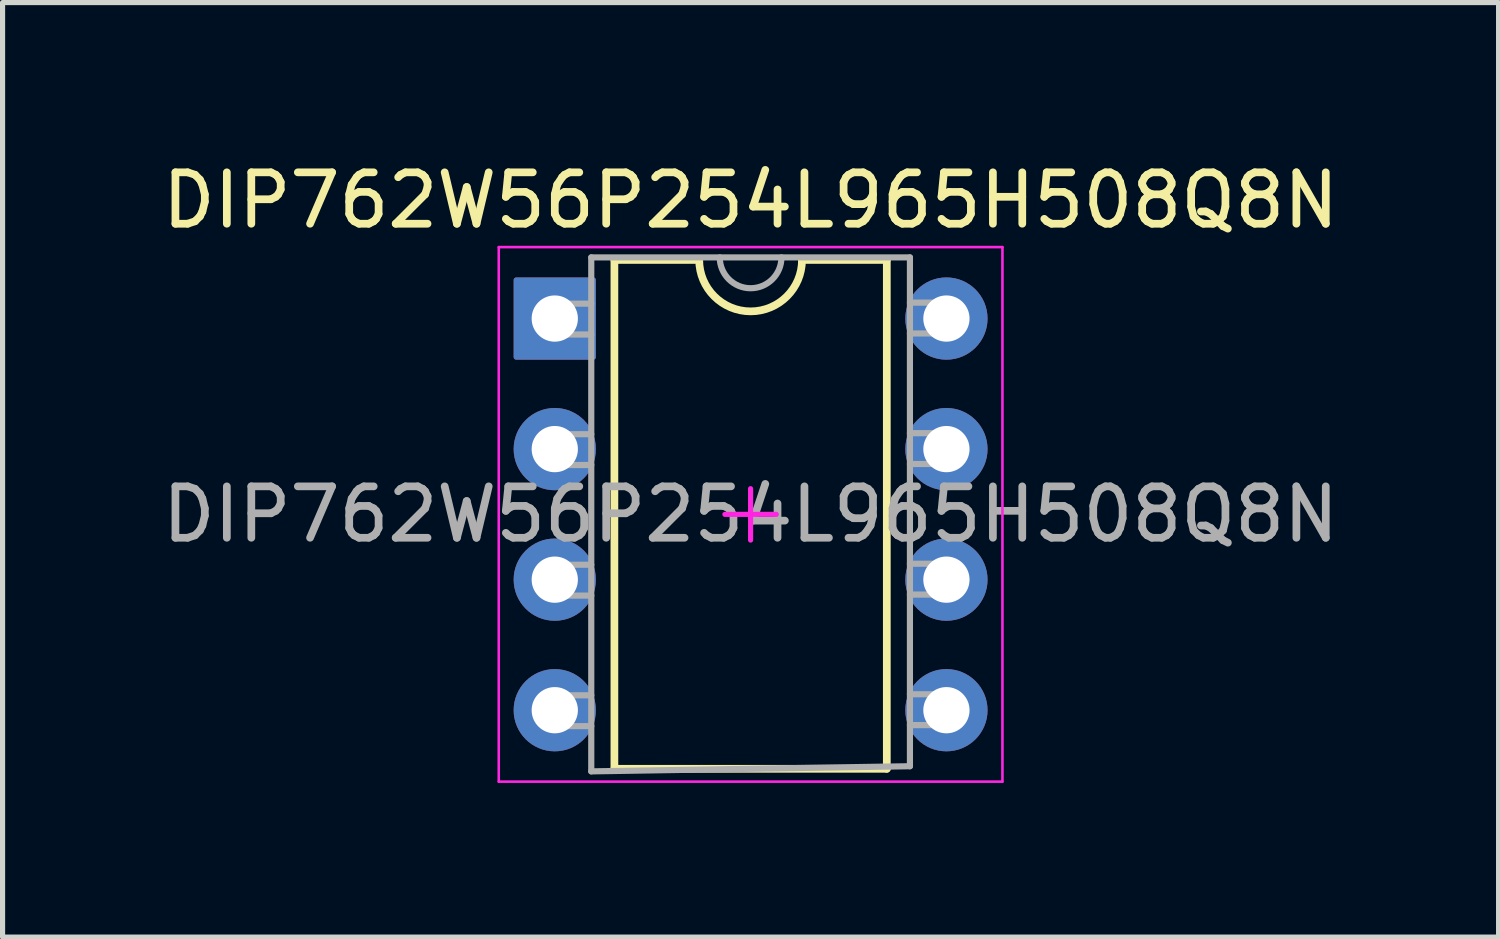
<source format=kicad_pcb>
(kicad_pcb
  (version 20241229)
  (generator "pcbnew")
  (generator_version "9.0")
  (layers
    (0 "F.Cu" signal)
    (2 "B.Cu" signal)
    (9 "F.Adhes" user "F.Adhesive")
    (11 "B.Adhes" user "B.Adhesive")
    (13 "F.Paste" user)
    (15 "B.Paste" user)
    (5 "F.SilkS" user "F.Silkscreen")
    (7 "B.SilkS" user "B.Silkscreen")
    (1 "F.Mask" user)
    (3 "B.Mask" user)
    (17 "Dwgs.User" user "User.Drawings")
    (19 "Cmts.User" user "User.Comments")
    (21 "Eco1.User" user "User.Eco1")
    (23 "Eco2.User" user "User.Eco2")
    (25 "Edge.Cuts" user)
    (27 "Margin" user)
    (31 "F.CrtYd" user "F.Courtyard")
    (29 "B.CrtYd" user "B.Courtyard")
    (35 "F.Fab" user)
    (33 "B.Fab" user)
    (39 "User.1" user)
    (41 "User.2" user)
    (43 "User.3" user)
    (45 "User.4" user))
  (footprint "DIP762W56P254L965H508Q8N"
    (layer "F.Cu")
    (at 11.554 6.958)
    (property "Reference" "DIP762W56P254L965H508Q8N" (at 0 -6.11 0) (layer "F.SilkS") (effects (font (size 1 1) (thickness 0.15))))
    (attr through_hole)
    (fp_line (start -2.65 -4.95) (end -1 -4.95) (stroke (width 0.15) (type solid)) (layer "F.SilkS"))
    (fp_line (start -2.65 4.95) (end -2.65 -4.95) (stroke (width 0.15) (type solid)) (layer "F.SilkS"))
    (fp_line (start -2.65 4.95) (end 2.65 4.95) (stroke (width 0.15) (type solid)) (layer "F.SilkS"))
    (fp_line (start 1 -4.95) (end 2.65 -4.95) (stroke (width 0.15) (type solid)) (layer "F.SilkS"))
    (fp_line (start 2.65 4.95) (end 2.65 -4.95) (stroke (width 0.15) (type solid)) (layer "F.SilkS"))
    (fp_arc (start 1 -4.95) (mid 0 -3.95) (end -1 -4.95) (stroke (width 0.15) (type solid)) (layer "F.SilkS"))
    (fp_line (start -4.9 -5.2) (end 4.9 -5.2) (stroke (width 0.05) (type solid)) (layer "F.CrtYd"))
    (fp_line (start -4.9 5.2) (end -4.9 -5.2) (stroke (width 0.05) (type solid)) (layer "F.CrtYd"))
    (fp_line (start 0 -0.5) (end 0 0.5) (stroke (width 0.1) (type solid)) (layer "F.CrtYd"))
    (fp_line (start 0.5 0) (end -0.5 0) (stroke (width 0.1) (type solid)) (layer "F.CrtYd"))
    (fp_line (start 4.9 -5.2) (end 4.9 5.2) (stroke (width 0.05) (type solid)) (layer "F.CrtYd"))
    (fp_line (start 4.9 5.2) (end -4.9 5.2) (stroke (width 0.05) (type solid)) (layer "F.CrtYd"))
    (fp_line (start -4 -4.1) (end -4 -3.5) (stroke (width 0.12) (type solid)) (layer "F.Fab"))
    (fp_line (start -4 -3.5) (end -3.1 -3.5) (stroke (width 0.12) (type solid)) (layer "F.Fab"))
    (fp_line (start -4 -1.56) (end -4 -0.96) (stroke (width 0.12) (type solid)) (layer "F.Fab"))
    (fp_line (start -4 -0.96) (end -3.1 -0.96) (stroke (width 0.12) (type solid)) (layer "F.Fab"))
    (fp_line (start -4 0.98) (end -4 1.58) (stroke (width 0.12) (type solid)) (layer "F.Fab"))
    (fp_line (start -4 1.58) (end -3.1 1.58) (stroke (width 0.12) (type solid)) (layer "F.Fab"))
    (fp_line (start -4 3.52) (end -4 4.12) (stroke (width 0.12) (type solid)) (layer "F.Fab"))
    (fp_line (start -4 4.12) (end -3.1 4.12) (stroke (width 0.12) (type solid)) (layer "F.Fab"))
    (fp_line (start -3.6 -4.1) (end -3.6 -3.5) (stroke (width 0.12) (type solid)) (layer "F.Fab"))
    (fp_line (start -3.6 -1.56) (end -3.6 -0.96) (stroke (width 0.12) (type solid)) (layer "F.Fab"))
    (fp_line (start -3.6 0.98) (end -3.6 1.58) (stroke (width 0.12) (type solid)) (layer "F.Fab"))
    (fp_line (start -3.6 3.52) (end -3.6 4.12) (stroke (width 0.12) (type solid)) (layer "F.Fab"))
    (fp_line (start -3.1 -5) (end 3.1 -5) (stroke (width 0.12) (type solid)) (layer "F.Fab"))
    (fp_line (start -3.1 -4.1) (end -4 -4.1) (stroke (width 0.12) (type solid)) (layer "F.Fab"))
    (fp_line (start -3.1 -1.56) (end -4 -1.56) (stroke (width 0.12) (type solid)) (layer "F.Fab"))
    (fp_line (start -3.1 0.98) (end -4 0.98) (stroke (width 0.12) (type solid)) (layer "F.Fab"))
    (fp_line (start -3.1 3.52) (end -4 3.52) (stroke (width 0.12) (type solid)) (layer "F.Fab"))
    (fp_line (start -3.1 5) (end -3.1 -5) (stroke (width 0.12) (type solid)) (layer "F.Fab"))
    (fp_line (start 3.1 -5) (end 3.1 4.9) (stroke (width 0.12) (type solid)) (layer "F.Fab"))
    (fp_line (start 3.1 -3.52) (end 4 -3.52) (stroke (width 0.12) (type solid)) (layer "F.Fab"))
    (fp_line (start 3.1 -0.98) (end 4 -0.98) (stroke (width 0.12) (type solid)) (layer "F.Fab"))
    (fp_line (start 3.1 1.56) (end 4 1.56) (stroke (width 0.12) (type solid)) (layer "F.Fab"))
    (fp_line (start 3.1 4.1) (end 4 4.1) (stroke (width 0.12) (type solid)) (layer "F.Fab"))
    (fp_line (start 3.1 4.9) (end -3.1 5) (stroke (width 0.12) (type solid)) (layer "F.Fab"))
    (fp_line (start 3.6 -3.52) (end 3.6 -4.12) (stroke (width 0.12) (type solid)) (layer "F.Fab"))
    (fp_line (start 3.6 -0.98) (end 3.6 -1.58) (stroke (width 0.12) (type solid)) (layer "F.Fab"))
    (fp_line (start 3.6 1.56) (end 3.6 0.96) (stroke (width 0.12) (type solid)) (layer "F.Fab"))
    (fp_line (start 3.6 4.1) (end 3.6 3.5) (stroke (width 0.12) (type solid)) (layer "F.Fab"))
    (fp_line (start 4 -4.12) (end 3.1 -4.12) (stroke (width 0.12) (type solid)) (layer "F.Fab"))
    (fp_line (start 4 -3.52) (end 4 -4.12) (stroke (width 0.12) (type solid)) (layer "F.Fab"))
    (fp_line (start 4 -1.58) (end 3.1 -1.58) (stroke (width 0.12) (type solid)) (layer "F.Fab"))
    (fp_line (start 4 -0.98) (end 4 -1.58) (stroke (width 0.12) (type solid)) (layer "F.Fab"))
    (fp_line (start 4 0.96) (end 3.1 0.96) (stroke (width 0.12) (type solid)) (layer "F.Fab"))
    (fp_line (start 4 1.56) (end 4 0.96) (stroke (width 0.12) (type solid)) (layer "F.Fab"))
    (fp_line (start 4 3.5) (end 3.1 3.5) (stroke (width 0.12) (type solid)) (layer "F.Fab"))
    (fp_line (start 4 4.1) (end 4 3.5) (stroke (width 0.12) (type solid)) (layer "F.Fab"))
    (fp_arc (start 0.6 -5) (mid 0 -4.4) (end -0.6 -5) (stroke (width 0.12) (type solid)) (layer "F.Fab"))
    (fp_text user "${REFERENCE}" (at 0 0 0) (layer "F.Fab") (effects (font (size 1 1) (thickness 0.15))))
    (pad "1" thru_hole roundrect (at -3.81 -3.81 270) (size 1.6 1.6) (drill 0.9) (layers "*.Cu" "*.Mask") (roundrect_rratio 0.031))
    (pad "2" thru_hole circle (at -3.81 -1.27 270) (size 1.6 1.6) (drill 0.9) (layers "*.Cu" "*.Mask"))
    (pad "3" thru_hole circle (at -3.81 1.27 270) (size 1.6 1.6) (drill 0.9) (layers "*.Cu" "*.Mask"))
    (pad "4" thru_hole circle (at -3.81 3.81 270) (size 1.6 1.6) (drill 0.9) (layers "*.Cu" "*.Mask"))
    (pad "5" thru_hole circle (at 3.81 3.81 270) (size 1.6 1.6) (drill 0.9) (layers "*.Cu" "*.Mask"))
    (pad "6" thru_hole circle (at 3.81 1.27 270) (size 1.6 1.6) (drill 0.9) (layers "*.Cu" "*.Mask"))
    (pad "7" thru_hole circle (at 3.81 -1.27 270) (size 1.6 1.6) (drill 0.9) (layers "*.Cu" "*.Mask"))
    (pad "8" thru_hole circle (at 3.81 -3.81 270) (size 1.6 1.6) (drill 0.9) (layers "*.Cu" "*.Mask")))
  (gr_rect
    (start -3 -3)
    (end 26.107 15.183)
    (stroke (width 0.1) (type default))
    (fill no)
    (layer "Edge.Cuts")))
</source>
